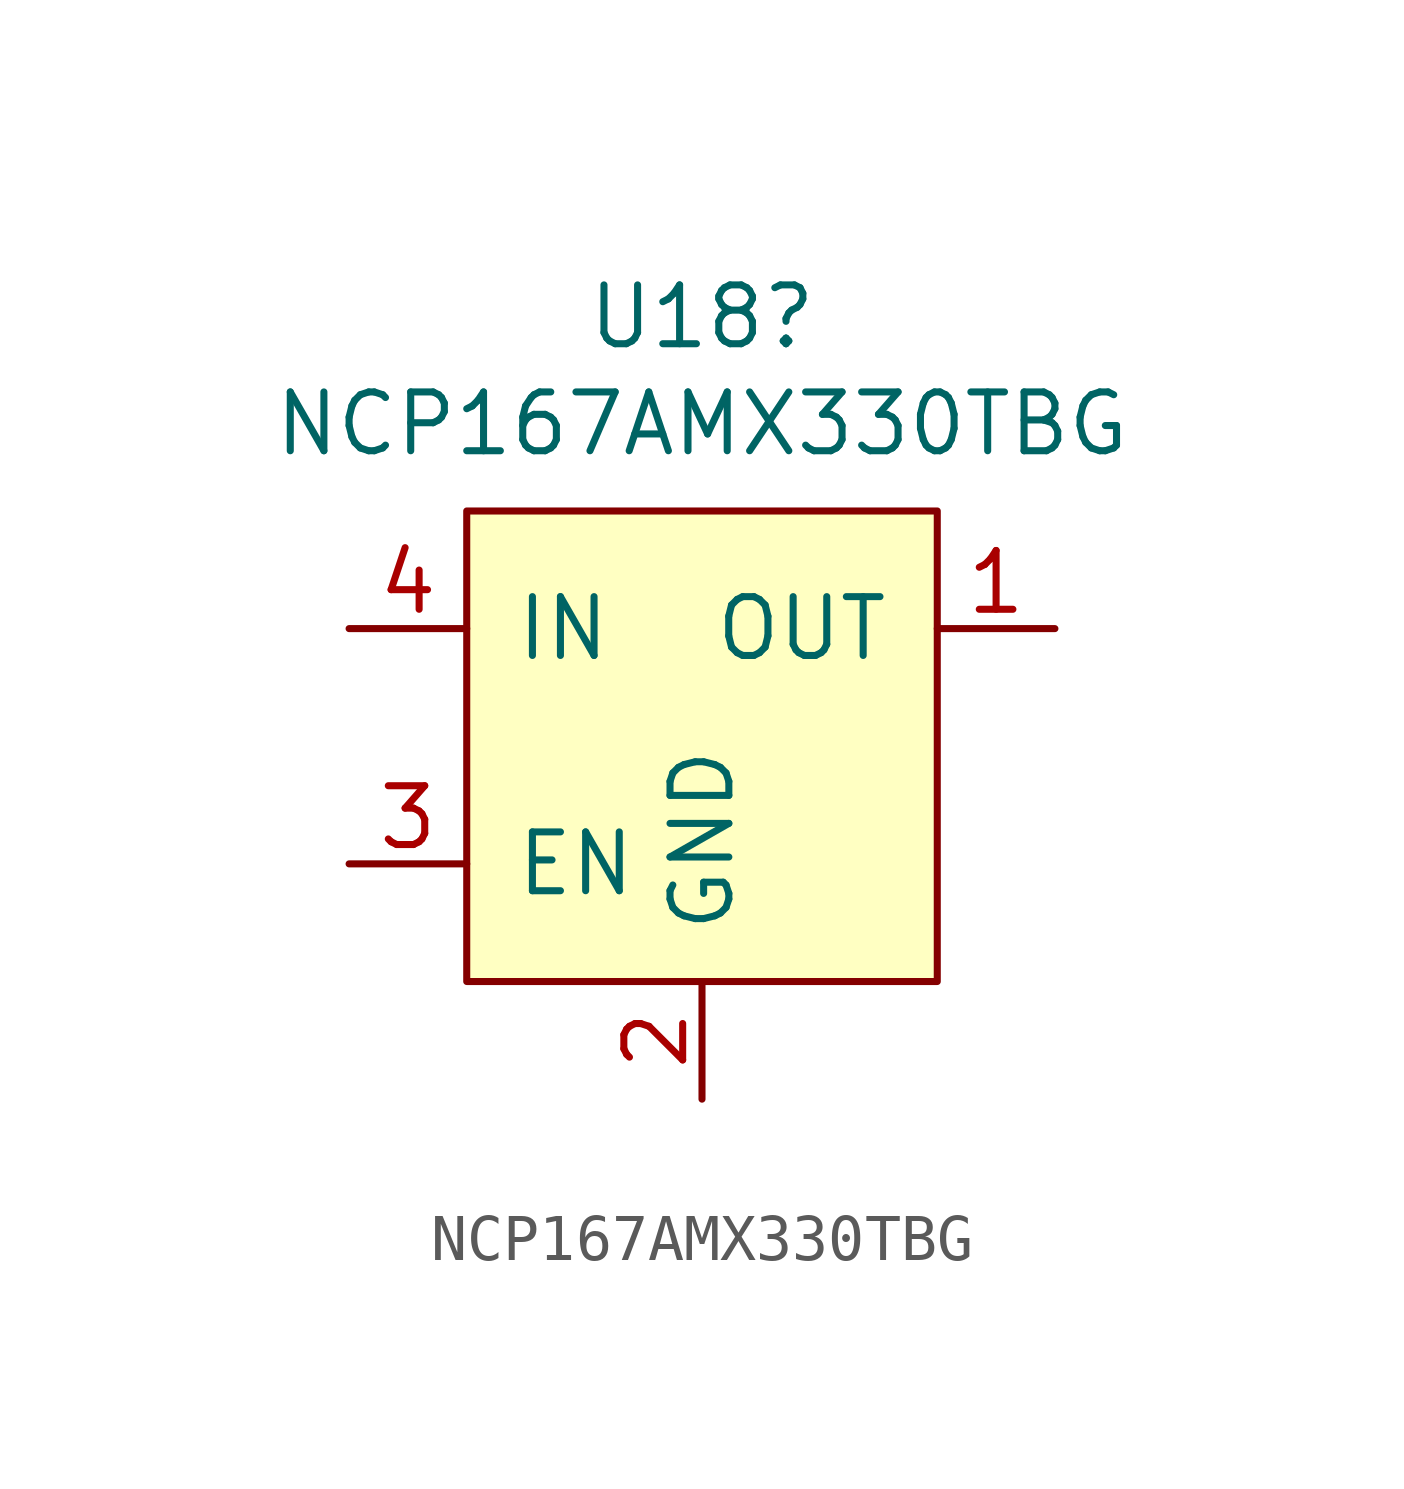
<source format=kicad_sym>
(kicad_symbol_lib
  (version 20220914)
  (generator kicad_symbol_editor)
  (symbol "NCP167AMX330TBG"
    (pin_names
      (offset 1.016))
    (property "Reference" "U18"
      (at 0 9.271 0)
      (effects (font (size 1.27 1.27))))
    (property "Value" "NCP167AMX330TBG"
      (at 0 6.96 0)
      (effects (font (size 1.27 1.27))))
    (symbol "NCP167AMX330TBG_0_0"
      (pin power_out line (at 7.62 2.54 180) (length 2.54) (name "OUT" (effects (font (size 1.27 1.27)))) (number "1" (effects (font (size 1.27 1.27)))))
      (pin power_in line (at 0 -7.62 90) (length 2.54) (name "GND" (effects (font (size 1.27 1.27)))) (number "2" (effects (font (size 1.27 1.27)))))
      (pin input line (at -7.62 -2.54 0) (length 2.54) (name "EN" (effects (font (size 1.27 1.27)))) (number "3" (effects (font (size 1.27 1.27)))))
      (pin power_in line (at -7.62 2.54 0) (length 2.54) (name "IN" (effects (font (size 1.27 1.27)))) (number "4" (effects (font (size 1.27 1.27))))))
    (symbol "NCP167AMX330TBG_0_1"
      (rectangle (start -5.08 5.08) (end 5.08 -5.08) (stroke (width 0) (type default)) (fill (type background))))))
</source>
